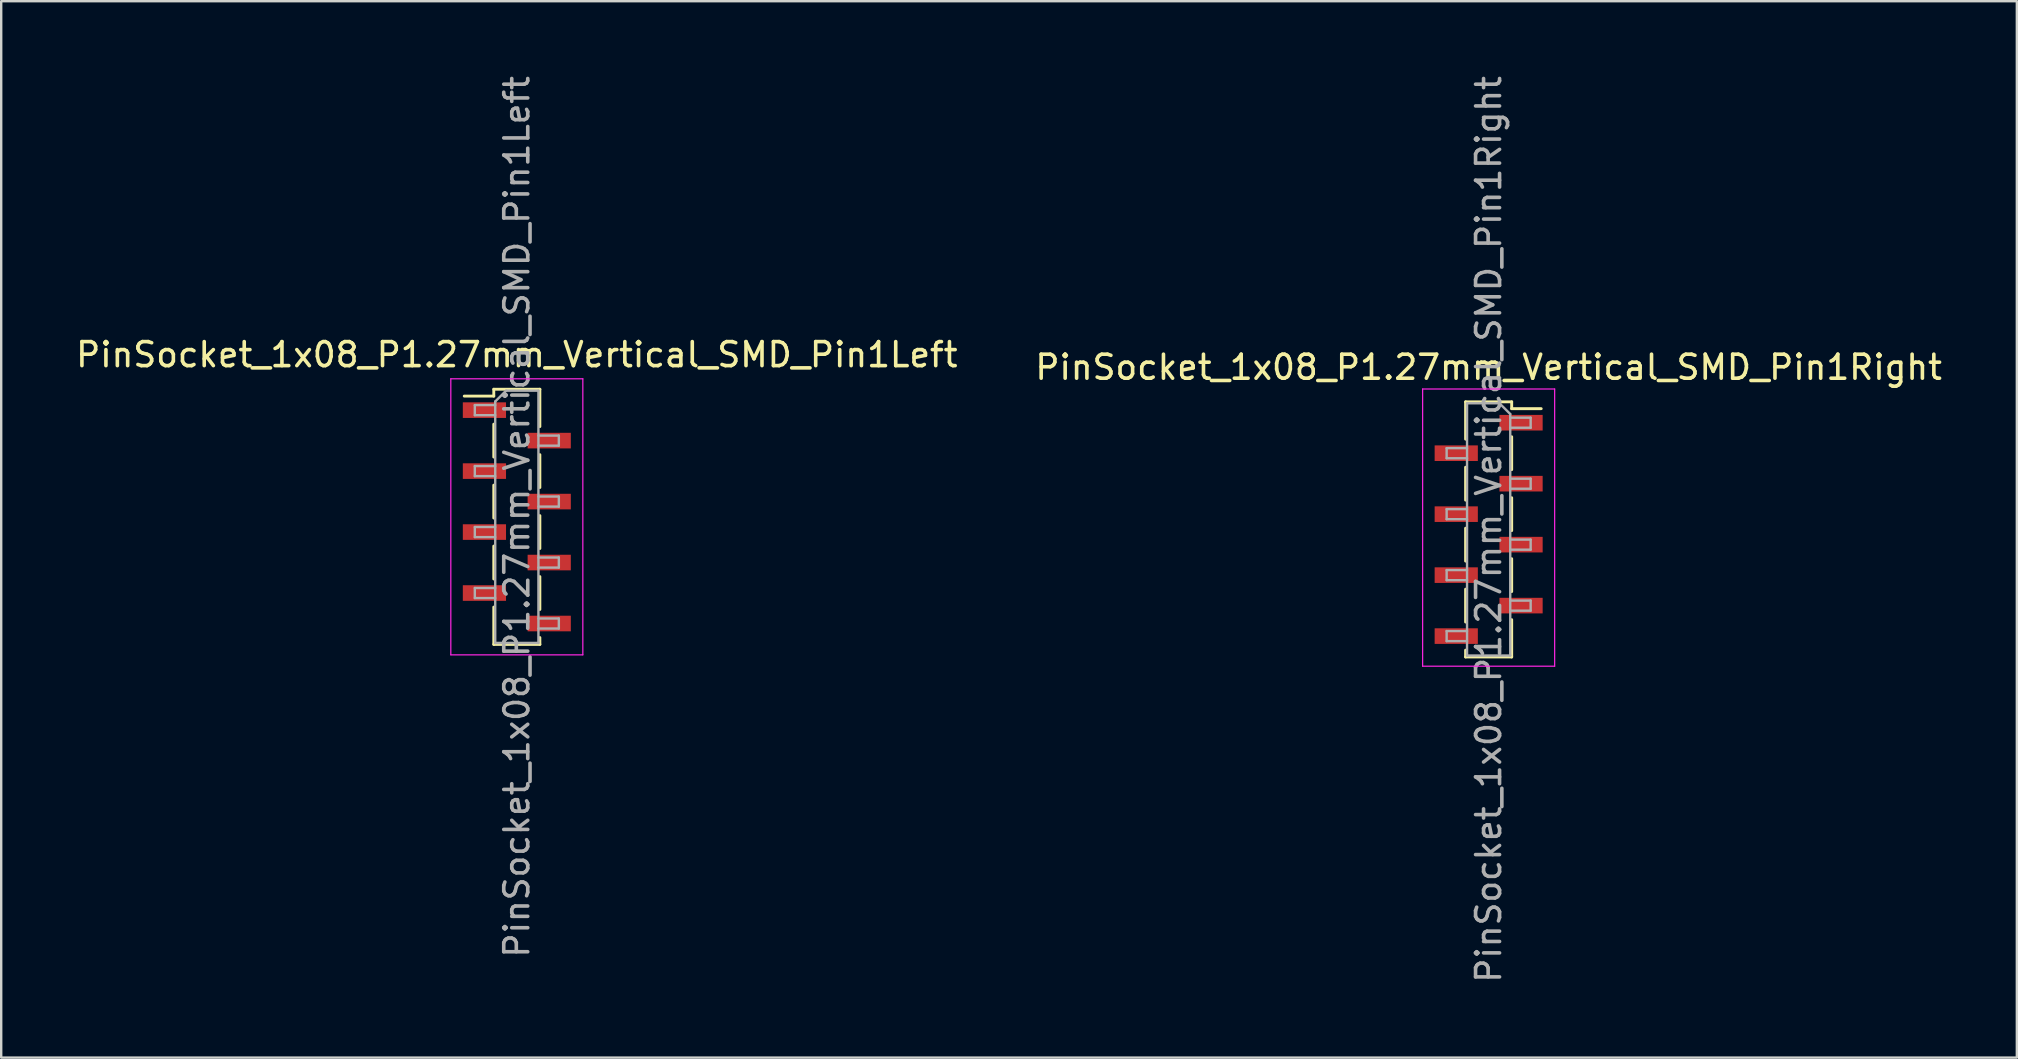
<source format=kicad_pcb>
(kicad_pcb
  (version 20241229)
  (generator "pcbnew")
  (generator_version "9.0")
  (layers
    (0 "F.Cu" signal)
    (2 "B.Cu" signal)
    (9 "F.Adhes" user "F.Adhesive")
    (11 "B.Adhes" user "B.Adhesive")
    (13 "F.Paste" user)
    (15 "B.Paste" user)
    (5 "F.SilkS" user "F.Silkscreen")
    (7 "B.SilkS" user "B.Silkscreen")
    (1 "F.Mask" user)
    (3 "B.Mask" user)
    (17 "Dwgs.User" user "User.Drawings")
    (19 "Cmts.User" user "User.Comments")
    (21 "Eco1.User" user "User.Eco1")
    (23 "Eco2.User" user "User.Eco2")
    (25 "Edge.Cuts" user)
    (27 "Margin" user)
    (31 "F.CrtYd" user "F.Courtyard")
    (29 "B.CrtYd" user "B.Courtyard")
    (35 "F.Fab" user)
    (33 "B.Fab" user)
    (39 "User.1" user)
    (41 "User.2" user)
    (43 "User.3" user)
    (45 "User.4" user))
  (footprint "PinSocket_1x08_P1.27mm_Vertical_SMD_Pin1Left"
    (layer "F.Cu")
    (at 18.482 18.482)
    (property "Reference" "PinSocket_1x08_P1.27mm_Vertical_SMD_Pin1Left" (at 0 -6.755 0) (layer "F.SilkS") (effects (font (size 1 1) (thickness 0.15))))
    (attr smd)
    (fp_line (start -2.19 -5.03) (end -0.96 -5.03) (stroke (width 0.12) (type solid)) (layer "F.SilkS"))
    (fp_line (start -0.96 -5.315) (end -0.96 -5.03) (stroke (width 0.12) (type solid)) (layer "F.SilkS"))
    (fp_line (start -0.96 -5.315) (end 0.96 -5.315) (stroke (width 0.12) (type solid)) (layer "F.SilkS"))
    (fp_line (start -0.96 -3.86) (end -0.96 -2.49) (stroke (width 0.12) (type solid)) (layer "F.SilkS"))
    (fp_line (start -0.96 -1.32) (end -0.96 0.05) (stroke (width 0.12) (type solid)) (layer "F.SilkS"))
    (fp_line (start -0.96 1.22) (end -0.96 2.59) (stroke (width 0.12) (type solid)) (layer "F.SilkS"))
    (fp_line (start -0.96 3.76) (end -0.96 5.315) (stroke (width 0.12) (type solid)) (layer "F.SilkS"))
    (fp_line (start -0.96 5.315) (end 0.96 5.315) (stroke (width 0.12) (type solid)) (layer "F.SilkS"))
    (fp_line (start 0.96 -5.315) (end 0.96 -3.76) (stroke (width 0.12) (type solid)) (layer "F.SilkS"))
    (fp_line (start 0.96 -2.59) (end 0.96 -1.22) (stroke (width 0.12) (type solid)) (layer "F.SilkS"))
    (fp_line (start 0.96 -0.05) (end 0.96 1.32) (stroke (width 0.12) (type solid)) (layer "F.SilkS"))
    (fp_line (start 0.96 2.49) (end 0.96 3.86) (stroke (width 0.12) (type solid)) (layer "F.SilkS"))
    (fp_line (start 0.96 5.03) (end 0.96 5.315) (stroke (width 0.12) (type solid)) (layer "F.SilkS"))
    (fp_line (start -2.75 -5.75) (end 2.75 -5.75) (stroke (width 0.05) (type solid)) (layer "F.CrtYd"))
    (fp_line (start -2.75 5.75) (end -2.75 -5.75) (stroke (width 0.05) (type solid)) (layer "F.CrtYd"))
    (fp_line (start 2.75 -5.75) (end 2.75 5.75) (stroke (width 0.05) (type solid)) (layer "F.CrtYd"))
    (fp_line (start 2.75 5.75) (end -2.75 5.75) (stroke (width 0.05) (type solid)) (layer "F.CrtYd"))
    (fp_line (start -1.75 -4.655) (end -0.9 -4.655) (stroke (width 0.1) (type solid)) (layer "F.Fab"))
    (fp_line (start -1.75 -4.235) (end -1.75 -4.655) (stroke (width 0.1) (type solid)) (layer "F.Fab"))
    (fp_line (start -1.75 -2.115) (end -0.9 -2.115) (stroke (width 0.1) (type solid)) (layer "F.Fab"))
    (fp_line (start -1.75 -1.695) (end -1.75 -2.115) (stroke (width 0.1) (type solid)) (layer "F.Fab"))
    (fp_line (start -1.75 0.425) (end -0.9 0.425) (stroke (width 0.1) (type solid)) (layer "F.Fab"))
    (fp_line (start -1.75 0.845) (end -1.75 0.425) (stroke (width 0.1) (type solid)) (layer "F.Fab"))
    (fp_line (start -1.75 2.965) (end -0.9 2.965) (stroke (width 0.1) (type solid)) (layer "F.Fab"))
    (fp_line (start -1.75 3.385) (end -1.75 2.965) (stroke (width 0.1) (type solid)) (layer "F.Fab"))
    (fp_line (start -0.9 -4.805) (end -0.45 -5.255) (stroke (width 0.1) (type solid)) (layer "F.Fab"))
    (fp_line (start -0.9 -4.235) (end -1.75 -4.235) (stroke (width 0.1) (type solid)) (layer "F.Fab"))
    (fp_line (start -0.9 -1.695) (end -1.75 -1.695) (stroke (width 0.1) (type solid)) (layer "F.Fab"))
    (fp_line (start -0.9 0.845) (end -1.75 0.845) (stroke (width 0.1) (type solid)) (layer "F.Fab"))
    (fp_line (start -0.9 3.385) (end -1.75 3.385) (stroke (width 0.1) (type solid)) (layer "F.Fab"))
    (fp_line (start -0.9 5.255) (end -0.9 -4.805) (stroke (width 0.1) (type solid)) (layer "F.Fab"))
    (fp_line (start -0.45 -5.255) (end 0.9 -5.255) (stroke (width 0.1) (type solid)) (layer "F.Fab"))
    (fp_line (start 0.9 -5.255) (end 0.9 5.255) (stroke (width 0.1) (type solid)) (layer "F.Fab"))
    (fp_line (start 0.9 -3.385) (end 1.75 -3.385) (stroke (width 0.1) (type solid)) (layer "F.Fab"))
    (fp_line (start 0.9 -0.845) (end 1.75 -0.845) (stroke (width 0.1) (type solid)) (layer "F.Fab"))
    (fp_line (start 0.9 1.695) (end 1.75 1.695) (stroke (width 0.1) (type solid)) (layer "F.Fab"))
    (fp_line (start 0.9 4.235) (end 1.75 4.235) (stroke (width 0.1) (type solid)) (layer "F.Fab"))
    (fp_line (start 0.9 5.255) (end -0.9 5.255) (stroke (width 0.1) (type solid)) (layer "F.Fab"))
    (fp_line (start 1.75 -3.385) (end 1.75 -2.965) (stroke (width 0.1) (type solid)) (layer "F.Fab"))
    (fp_line (start 1.75 -2.965) (end 0.9 -2.965) (stroke (width 0.1) (type solid)) (layer "F.Fab"))
    (fp_line (start 1.75 -0.845) (end 1.75 -0.425) (stroke (width 0.1) (type solid)) (layer "F.Fab"))
    (fp_line (start 1.75 -0.425) (end 0.9 -0.425) (stroke (width 0.1) (type solid)) (layer "F.Fab"))
    (fp_line (start 1.75 1.695) (end 1.75 2.115) (stroke (width 0.1) (type solid)) (layer "F.Fab"))
    (fp_line (start 1.75 2.115) (end 0.9 2.115) (stroke (width 0.1) (type solid)) (layer "F.Fab"))
    (fp_line (start 1.75 4.235) (end 1.75 4.655) (stroke (width 0.1) (type solid)) (layer "F.Fab"))
    (fp_line (start 1.75 4.655) (end 0.9 4.655) (stroke (width 0.1) (type solid)) (layer "F.Fab"))
    (fp_text user "${REFERENCE}" (at 0 0 90) (layer "F.Fab") (effects (font (size 1 1) (thickness 0.15))))
    (pad "1" smd rect (at -1.35 -4.445) (size 1.8 0.65) (layers "F.Cu" "F.Mask" "F.Paste"))
    (pad "2" smd rect (at 1.35 -3.175) (size 1.8 0.65) (layers "F.Cu" "F.Mask" "F.Paste"))
    (pad "3" smd rect (at -1.35 -1.905) (size 1.8 0.65) (layers "F.Cu" "F.Mask" "F.Paste"))
    (pad "4" smd rect (at 1.35 -0.635) (size 1.8 0.65) (layers "F.Cu" "F.Mask" "F.Paste"))
    (pad "5" smd rect (at -1.35 0.635) (size 1.8 0.65) (layers "F.Cu" "F.Mask" "F.Paste"))
    (pad "6" smd rect (at 1.35 1.905) (size 1.8 0.65) (layers "F.Cu" "F.Mask" "F.Paste"))
    (pad "7" smd rect (at -1.35 3.175) (size 1.8 0.65) (layers "F.Cu" "F.Mask" "F.Paste"))
    (pad "8" smd rect (at 1.35 4.445) (size 1.8 0.65) (layers "F.Cu" "F.Mask" "F.Paste")))
  (footprint "PinSocket_1x08_P1.27mm_Vertical_SMD_Pin1Right"
    (layer "F.Cu")
    (at 58.97 19.006)
    (property "Reference" "PinSocket_1x08_P1.27mm_Vertical_SMD_Pin1Right" (at 0 -6.755 0) (layer "F.SilkS") (effects (font (size 1 1) (thickness 0.15))))
    (attr smd)
    (fp_line (start -0.96 -5.315) (end -0.96 -3.76) (stroke (width 0.12) (type solid)) (layer "F.SilkS"))
    (fp_line (start -0.96 -5.315) (end 0.96 -5.315) (stroke (width 0.12) (type solid)) (layer "F.SilkS"))
    (fp_line (start -0.96 -2.59) (end -0.96 -1.22) (stroke (width 0.12) (type solid)) (layer "F.SilkS"))
    (fp_line (start -0.96 -0.05) (end -0.96 1.32) (stroke (width 0.12) (type solid)) (layer "F.SilkS"))
    (fp_line (start -0.96 2.49) (end -0.96 3.86) (stroke (width 0.12) (type solid)) (layer "F.SilkS"))
    (fp_line (start -0.96 5.03) (end -0.96 5.315) (stroke (width 0.12) (type solid)) (layer "F.SilkS"))
    (fp_line (start -0.96 5.315) (end 0.96 5.315) (stroke (width 0.12) (type solid)) (layer "F.SilkS"))
    (fp_line (start 0.96 -5.315) (end 0.96 -5.03) (stroke (width 0.12) (type solid)) (layer "F.SilkS"))
    (fp_line (start 0.96 -5.03) (end 2.19 -5.03) (stroke (width 0.12) (type solid)) (layer "F.SilkS"))
    (fp_line (start 0.96 -3.86) (end 0.96 -2.49) (stroke (width 0.12) (type solid)) (layer "F.SilkS"))
    (fp_line (start 0.96 -1.32) (end 0.96 0.05) (stroke (width 0.12) (type solid)) (layer "F.SilkS"))
    (fp_line (start 0.96 1.22) (end 0.96 2.59) (stroke (width 0.12) (type solid)) (layer "F.SilkS"))
    (fp_line (start 0.96 3.76) (end 0.96 5.315) (stroke (width 0.12) (type solid)) (layer "F.SilkS"))
    (fp_line (start -2.75 -5.85) (end 2.75 -5.85) (stroke (width 0.05) (type solid)) (layer "F.CrtYd"))
    (fp_line (start -2.75 5.7) (end -2.75 -5.85) (stroke (width 0.05) (type solid)) (layer "F.CrtYd"))
    (fp_line (start 2.75 -5.85) (end 2.75 5.7) (stroke (width 0.05) (type solid)) (layer "F.CrtYd"))
    (fp_line (start 2.75 5.7) (end -2.75 5.7) (stroke (width 0.05) (type solid)) (layer "F.CrtYd"))
    (fp_line (start -1.75 -3.385) (end -0.9 -3.385) (stroke (width 0.1) (type solid)) (layer "F.Fab"))
    (fp_line (start -1.75 -2.965) (end -1.75 -3.385) (stroke (width 0.1) (type solid)) (layer "F.Fab"))
    (fp_line (start -1.75 -0.845) (end -0.9 -0.845) (stroke (width 0.1) (type solid)) (layer "F.Fab"))
    (fp_line (start -1.75 -0.425) (end -1.75 -0.845) (stroke (width 0.1) (type solid)) (layer "F.Fab"))
    (fp_line (start -1.75 1.695) (end -0.9 1.695) (stroke (width 0.1) (type solid)) (layer "F.Fab"))
    (fp_line (start -1.75 2.115) (end -1.75 1.695) (stroke (width 0.1) (type solid)) (layer "F.Fab"))
    (fp_line (start -1.75 4.235) (end -0.9 4.235) (stroke (width 0.1) (type solid)) (layer "F.Fab"))
    (fp_line (start -1.75 4.655) (end -1.75 4.235) (stroke (width 0.1) (type solid)) (layer "F.Fab"))
    (fp_line (start -0.9 -5.255) (end 0.45 -5.255) (stroke (width 0.1) (type solid)) (layer "F.Fab"))
    (fp_line (start -0.9 -2.965) (end -1.75 -2.965) (stroke (width 0.1) (type solid)) (layer "F.Fab"))
    (fp_line (start -0.9 -0.425) (end -1.75 -0.425) (stroke (width 0.1) (type solid)) (layer "F.Fab"))
    (fp_line (start -0.9 2.115) (end -1.75 2.115) (stroke (width 0.1) (type solid)) (layer "F.Fab"))
    (fp_line (start -0.9 4.655) (end -1.75 4.655) (stroke (width 0.1) (type solid)) (layer "F.Fab"))
    (fp_line (start -0.9 5.255) (end -0.9 -5.255) (stroke (width 0.1) (type solid)) (layer "F.Fab"))
    (fp_line (start 0.45 -5.255) (end 0.9 -4.805) (stroke (width 0.1) (type solid)) (layer "F.Fab"))
    (fp_line (start 0.9 -4.805) (end 0.9 5.255) (stroke (width 0.1) (type solid)) (layer "F.Fab"))
    (fp_line (start 0.9 -4.655) (end 1.75 -4.655) (stroke (width 0.1) (type solid)) (layer "F.Fab"))
    (fp_line (start 0.9 -2.115) (end 1.75 -2.115) (stroke (width 0.1) (type solid)) (layer "F.Fab"))
    (fp_line (start 0.9 0.425) (end 1.75 0.425) (stroke (width 0.1) (type solid)) (layer "F.Fab"))
    (fp_line (start 0.9 2.965) (end 1.75 2.965) (stroke (width 0.1) (type solid)) (layer "F.Fab"))
    (fp_line (start 0.9 5.255) (end -0.9 5.255) (stroke (width 0.1) (type solid)) (layer "F.Fab"))
    (fp_line (start 1.75 -4.655) (end 1.75 -4.235) (stroke (width 0.1) (type solid)) (layer "F.Fab"))
    (fp_line (start 1.75 -4.235) (end 0.9 -4.235) (stroke (width 0.1) (type solid)) (layer "F.Fab"))
    (fp_line (start 1.75 -2.115) (end 1.75 -1.695) (stroke (width 0.1) (type solid)) (layer "F.Fab"))
    (fp_line (start 1.75 -1.695) (end 0.9 -1.695) (stroke (width 0.1) (type solid)) (layer "F.Fab"))
    (fp_line (start 1.75 0.425) (end 1.75 0.845) (stroke (width 0.1) (type solid)) (layer "F.Fab"))
    (fp_line (start 1.75 0.845) (end 0.9 0.845) (stroke (width 0.1) (type solid)) (layer "F.Fab"))
    (fp_line (start 1.75 2.965) (end 1.75 3.385) (stroke (width 0.1) (type solid)) (layer "F.Fab"))
    (fp_line (start 1.75 3.385) (end 0.9 3.385) (stroke (width 0.1) (type solid)) (layer "F.Fab"))
    (fp_text user "${REFERENCE}" (at 0 0 90) (layer "F.Fab") (effects (font (size 1 1) (thickness 0.15))))
    (pad "1" smd rect (at 1.35 -4.445) (size 1.8 0.65) (layers "F.Cu" "F.Mask" "F.Paste"))
    (pad "2" smd rect (at -1.35 -3.175) (size 1.8 0.65) (layers "F.Cu" "F.Mask" "F.Paste"))
    (pad "3" smd rect (at 1.35 -1.905) (size 1.8 0.65) (layers "F.Cu" "F.Mask" "F.Paste"))
    (pad "4" smd rect (at -1.35 -0.635) (size 1.8 0.65) (layers "F.Cu" "F.Mask" "F.Paste"))
    (pad "5" smd rect (at 1.35 0.635) (size 1.8 0.65) (layers "F.Cu" "F.Mask" "F.Paste"))
    (pad "6" smd rect (at -1.35 1.905) (size 1.8 0.65) (layers "F.Cu" "F.Mask" "F.Paste"))
    (pad "7" smd rect (at 1.35 3.175) (size 1.8 0.65) (layers "F.Cu" "F.Mask" "F.Paste"))
    (pad "8" smd rect (at -1.35 4.445) (size 1.8 0.65) (layers "F.Cu" "F.Mask" "F.Paste")))
  (gr_rect
    (start -3 -3)
    (end 80.976 41.012)
    (stroke (width 0.1) (type default))
    (fill no)
    (layer "Edge.Cuts")))
</source>
